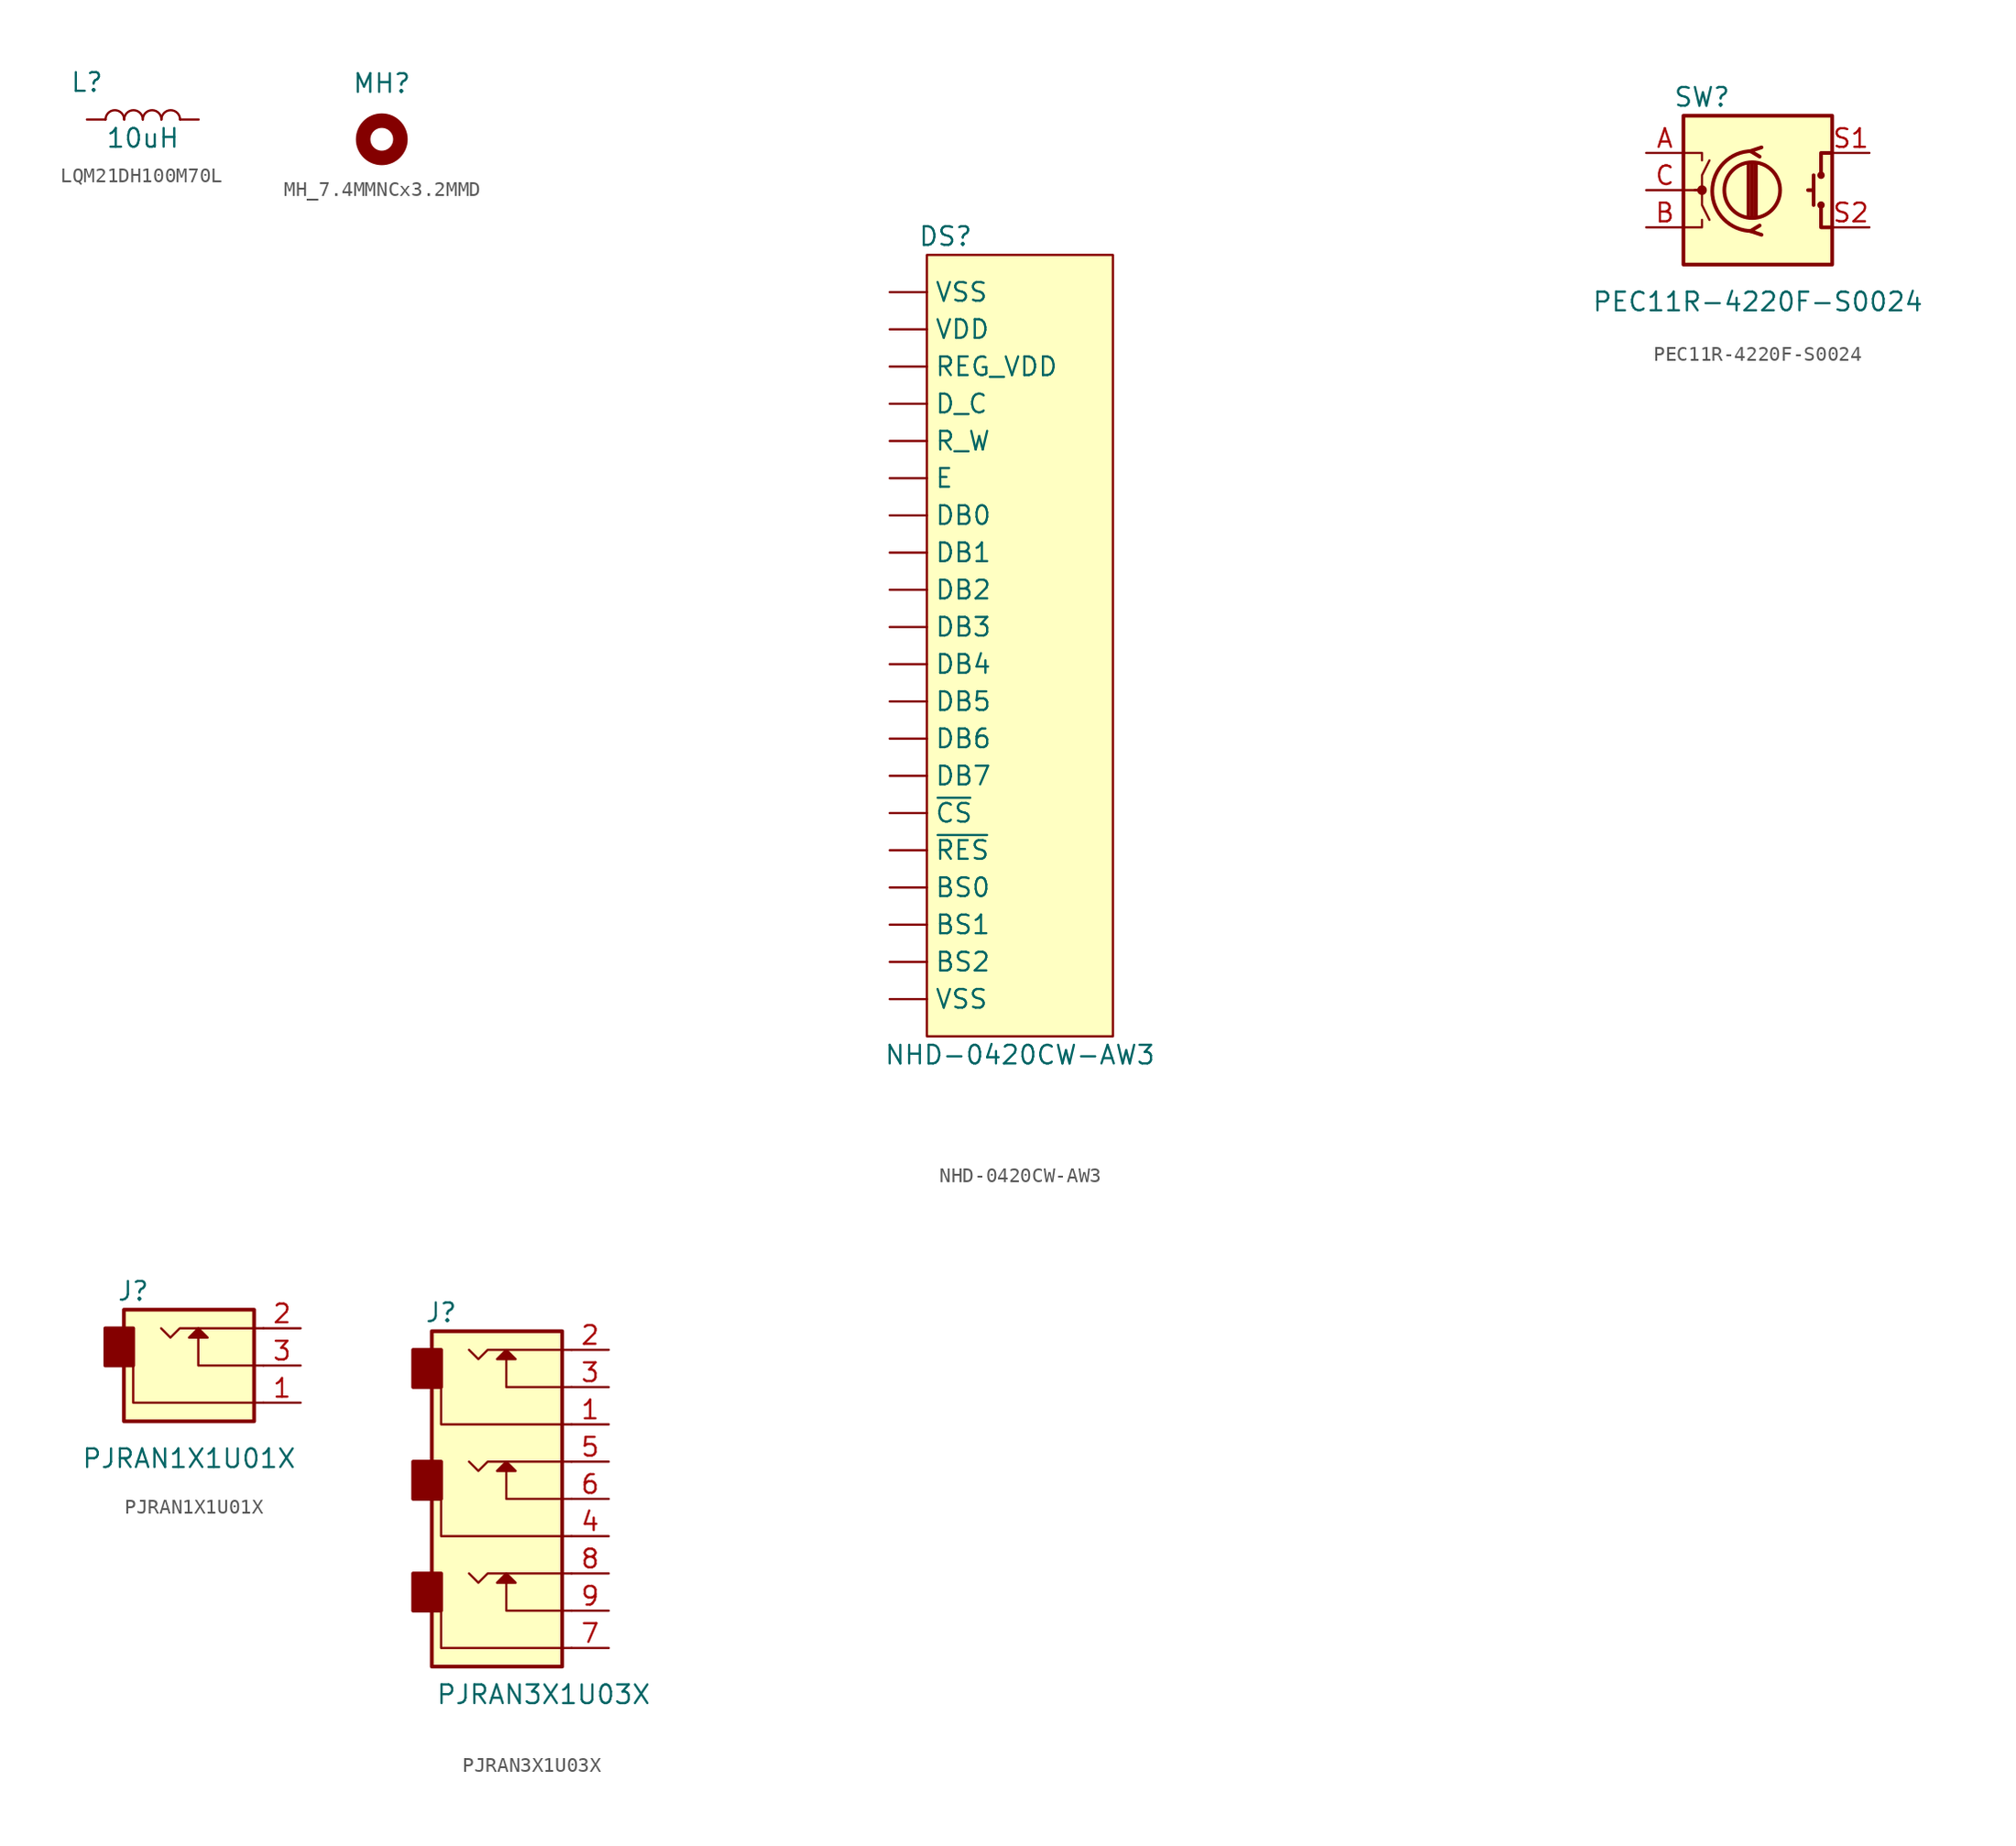
<source format=kicad_sym>
(kicad_symbol_lib
  (version 20220914)
  (generator kicad_symbol_editor)
  (symbol "LQM21DH100M70L"
    (pin_numbers hide)
    (pin_names hide)
    (property "Reference" "L"
      (at -3.81 2.54 0)
      (effects (font (size 1.27 1.27))))
    (property "Value" "10uH"
      (at 0 -1.27 0)
      (effects (font (size 1.27 1.27))))
    (symbol "LQM21DH100M70L_0_1"
      (arc (start -1.27 0) (mid -1.905 0.6323) (end -2.54 0) (stroke (width 0) (type default)) (fill (type none)))
      (arc (start 0 0) (mid -0.635 0.6323) (end -1.27 0) (stroke (width 0) (type default)) (fill (type none)))
      (arc (start 1.27 0) (mid 0.635 0.6323) (end 0 0) (stroke (width 0) (type default)) (fill (type none)))
      (arc (start 2.54 0) (mid 1.905 0.6323) (end 1.27 0) (stroke (width 0) (type default)) (fill (type none))))
    (symbol "LQM21DH100M70L_1_1"
      (pin passive line (at -3.81 0 0) (length 1.27) (name "1" (effects (font (size 1.27 1.27)))) (number "1" (effects (font (size 1.27 1.27)))))
      (pin passive line (at 3.81 0 180) (length 1.27) (name "2" (effects (font (size 1.27 1.27)))) (number "2" (effects (font (size 1.27 1.27)))))))
  (symbol "MH_7.4MMNCx3.2MMD"
    (pin_names
      (offset 1.016))
    (property "Reference" "MH"
      (at 0 3.81 0)
      (effects (font (size 1.27 1.27))))
    (symbol "MH_7.4MMNCx3.2MMD_0_1"
      (circle (center 0 0) (radius 1.27) (stroke (width 0.991) (type solid)) (fill (type none)))))
  (symbol "NHD-0420CW-AW3"
    (pin_numbers hide)
    (property "Reference" "DS"
      (at -5.08 27.94 0)
      (effects (font (size 1.27 1.27))))
    (property "Value" "NHD-0420CW-AW3"
      (at 0 -27.94 0)
      (effects (font (size 1.27 1.27))))
    (symbol "NHD-0420CW-AW3_1_1"
      (rectangle (start -6.35 26.67) (end 6.35 -26.67) (stroke (width 0) (type default)) (fill (type background)))
      (text private "Pins set up for I2C and parallel mode only.\nIn future, can create alternative pin definitions for SPI." (at 0 31.75 0) (effects (font (size 1.27 1.27))))
      (pin power_in line (at -8.89 24.13 0) (length 2.54) (name "VSS" (effects (font (size 1.27 1.27)))) (number "1" (effects (font (size 1.27 1.27)))))
      (pin bidirectional line (at -8.89 1.27 0) (length 2.54) (name "DB3" (effects (font (size 1.27 1.27)))) (number "10" (effects (font (size 1.27 1.27)))) (alternate "NC" input line))
      (pin bidirectional line (at -8.89 -1.27 0) (length 2.54) (name "DB4" (effects (font (size 1.27 1.27)))) (number "11" (effects (font (size 1.27 1.27)))) (alternate "NC" input line))
      (pin bidirectional line (at -8.89 -3.81 0) (length 2.54) (name "DB5" (effects (font (size 1.27 1.27)))) (number "12" (effects (font (size 1.27 1.27)))) (alternate "NC" input line))
      (pin bidirectional line (at -8.89 -6.35 0) (length 2.54) (name "DB6" (effects (font (size 1.27 1.27)))) (number "13" (effects (font (size 1.27 1.27)))) (alternate "NC" input line))
      (pin bidirectional line (at -8.89 -8.89 0) (length 2.54) (name "DB7" (effects (font (size 1.27 1.27)))) (number "14" (effects (font (size 1.27 1.27)))) (alternate "NC" input line))
      (pin input line (at -8.89 -11.43 0) (length 2.54) (name "~{CS}" (effects (font (size 1.27 1.27)))) (number "15" (effects (font (size 1.27 1.27)))) (alternate "NC" input line))
      (pin input line (at -8.89 -13.97 0) (length 2.54) (name "~{RES}" (effects (font (size 1.27 1.27)))) (number "16" (effects (font (size 1.27 1.27)))))
      (pin input line (at -8.89 -16.51 0) (length 2.54) (name "BS0" (effects (font (size 1.27 1.27)))) (number "17" (effects (font (size 1.27 1.27)))))
      (pin input line (at -8.89 -19.05 0) (length 2.54) (name "BS1" (effects (font (size 1.27 1.27)))) (number "18" (effects (font (size 1.27 1.27)))))
      (pin input line (at -8.89 -21.59 0) (length 2.54) (name "BS2" (effects (font (size 1.27 1.27)))) (number "19" (effects (font (size 1.27 1.27)))))
      (pin power_in line (at -8.89 21.59 0) (length 2.54) (name "VDD" (effects (font (size 1.27 1.27)))) (number "2" (effects (font (size 1.27 1.27)))))
      (pin power_in line (at -8.89 -24.13 0) (length 2.54) (name "VSS" (effects (font (size 1.27 1.27)))) (number "20" (effects (font (size 1.27 1.27)))))
      (pin power_in line (at -8.89 19.05 0) (length 2.54) (name "REG_VDD" (effects (font (size 1.27 1.27)))) (number "3" (effects (font (size 1.27 1.27)))))
      (pin input line (at -8.89 16.51 0) (length 2.54) (name "D_C" (effects (font (size 1.27 1.27)))) (number "4" (effects (font (size 1.27 1.27)))) (alternate "SA0" input line))
      (pin input line (at -8.89 13.97 0) (length 2.54) (name "R_W" (effects (font (size 1.27 1.27)))) (number "5" (effects (font (size 1.27 1.27)))) (alternate "NC" input line))
      (pin input line (at -8.89 11.43 0) (length 2.54) (name "E" (effects (font (size 1.27 1.27)))) (number "6" (effects (font (size 1.27 1.27)))) (alternate "NC" input line))
      (pin bidirectional line (at -8.89 8.89 0) (length 2.54) (name "DB0" (effects (font (size 1.27 1.27)))) (number "7" (effects (font (size 1.27 1.27)))) (alternate "SCL" input line))
      (pin bidirectional line (at -8.89 6.35 0) (length 2.54) (name "DB1" (effects (font (size 1.27 1.27)))) (number "8" (effects (font (size 1.27 1.27)))) (alternate "SDA_IN" input line))
      (pin bidirectional line (at -8.89 3.81 0) (length 2.54) (name "DB2" (effects (font (size 1.27 1.27)))) (number "9" (effects (font (size 1.27 1.27)))) (alternate "SDA_OUT" output line))))
  (symbol "PEC11R-4220F-S0024"
    (pin_names hide)
    (property "Reference" "SW"
      (at -3.81 6.35 0)
      (effects (font (size 1.27 1.27))))
    (property "Value" "PEC11R-4220F-S0024"
      (at 0 -7.62 0)
      (effects (font (size 1.27 1.27))))
    (symbol "PEC11R-4220F-S0024_0_1"
      (rectangle (start -5.08 5.08) (end 5.08 -5.08) (stroke (width 0.254) (type default)) (fill (type background)))
      (circle (center -3.81 0) (radius 0.254) (stroke (width 0) (type default)) (fill (type outline)))
      (circle (center -0.381 0) (radius 1.905) (stroke (width 0.254) (type default)) (fill (type none)))
      (arc (start -0.381 2.667) (mid -3.0988 -0.0635) (end -0.381 -2.794) (stroke (width 0.254) (type default)) (fill (type none)))
      (polyline (pts (xy -0.635 -1.778) (xy -0.635 1.778)) (stroke (width 0.254) (type default)) (fill (type none)))
      (polyline (pts (xy -0.381 -1.778) (xy -0.381 1.778)) (stroke (width 0.254) (type default)) (fill (type none)))
      (polyline (pts (xy -0.127 1.778) (xy -0.127 -1.778)) (stroke (width 0.254) (type default)) (fill (type none)))
      (polyline (pts (xy 3.81 0) (xy 3.429 0)) (stroke (width 0.254) (type default)) (fill (type none)))
      (polyline (pts (xy 3.81 1.016) (xy 3.81 -1.016)) (stroke (width 0.254) (type default)) (fill (type none)))
      (polyline (pts (xy -5.08 -2.54) (xy -3.81 -2.54) (xy -3.81 -2.032)) (stroke (width 0) (type default)) (fill (type none)))
      (polyline (pts (xy -5.08 2.54) (xy -3.81 2.54) (xy -3.81 2.032)) (stroke (width 0) (type default)) (fill (type none)))
      (polyline (pts (xy 0.254 -3.048) (xy -0.508 -2.794) (xy 0.127 -2.413)) (stroke (width 0.254) (type default)) (fill (type none)))
      (polyline (pts (xy 0.254 2.921) (xy -0.508 2.667) (xy 0.127 2.286)) (stroke (width 0.254) (type default)) (fill (type none)))
      (polyline (pts (xy 5.08 -2.54) (xy 4.318 -2.54) (xy 4.318 -1.016)) (stroke (width 0.254) (type default)) (fill (type none)))
      (polyline (pts (xy 5.08 2.54) (xy 4.318 2.54) (xy 4.318 1.016)) (stroke (width 0.254) (type default)) (fill (type none)))
      (polyline (pts (xy -5.08 0) (xy -3.81 0) (xy -3.81 -1.016) (xy -3.302 -2.032)) (stroke (width 0) (type default)) (fill (type none)))
      (polyline (pts (xy -4.318 0) (xy -3.81 0) (xy -3.81 1.016) (xy -3.302 2.032)) (stroke (width 0) (type default)) (fill (type none)))
      (circle (center 4.318 -1.016) (radius 0.127) (stroke (width 0.254) (type default)) (fill (type none)))
      (circle (center 4.318 1.016) (radius 0.127) (stroke (width 0.254) (type default)) (fill (type none))))
    (symbol "PEC11R-4220F-S0024_1_1"
      (pin passive line (at -7.62 2.54 0) (length 2.54) (name "A" (effects (font (size 1.27 1.27)))) (number "A" (effects (font (size 1.27 1.27)))))
      (pin passive line (at -7.62 -2.54 0) (length 2.54) (name "B" (effects (font (size 1.27 1.27)))) (number "B" (effects (font (size 1.27 1.27)))))
      (pin passive line (at -7.62 0 0) (length 2.54) (name "C" (effects (font (size 1.27 1.27)))) (number "C" (effects (font (size 1.27 1.27)))))
      (pin passive line (at 7.62 2.54 180) (length 2.54) (name "S1" (effects (font (size 1.27 1.27)))) (number "S1" (effects (font (size 1.27 1.27)))))
      (pin passive line (at 7.62 -2.54 180) (length 2.54) (name "S2" (effects (font (size 1.27 1.27)))) (number "S2" (effects (font (size 1.27 1.27)))))))
  (symbol "PJRAN1X1U01X"
    (property "Reference" "J"
      (at -3.81 5.08 0)
      (effects (font (size 1.27 1.27))))
    (property "Value" "PJRAN1X1U01X"
      (at 0 -6.35 0)
      (effects (font (size 1.27 1.27))))
    (symbol "PJRAN1X1U01X_0_1"
      (rectangle (start -5.715 2.54) (end -3.81 0) (stroke (width 0.254) (type default)) (fill (type outline)))
      (rectangle (start -4.445 3.81) (end 4.445 -3.81) (stroke (width 0.254) (type default)) (fill (type background)))
      (polyline (pts (xy -1.905 2.54) (xy -1.27 1.905) (xy -0.635 2.54) (xy 5.08 2.54)) (stroke (width 0) (type default)) (fill (type none))))
    (symbol "PJRAN1X1U01X_1_1"
      (polyline (pts (xy -3.81 0) (xy -3.81 -2.54) (xy 5.08 -2.54)) (stroke (width 0) (type default)) (fill (type none)))
      (polyline (pts (xy 0.635 1.905) (xy 0.635 0) (xy 5.08 0)) (stroke (width 0) (type default)) (fill (type none)))
      (polyline (pts (xy 0.635 2.54) (xy 0 1.905) (xy 1.27 1.905) (xy 0.635 2.54)) (stroke (width 0) (type default)) (fill (type outline)))
      (pin passive line (at 7.62 -2.54 180) (length 2.54) (name "~" (effects (font (size 1.27 1.27)))) (number "1" (effects (font (size 1.27 1.27)))))
      (pin passive line (at 7.62 2.54 180) (length 2.54) (name "~" (effects (font (size 1.27 1.27)))) (number "2" (effects (font (size 1.27 1.27)))))
      (pin passive line (at 7.62 0 180) (length 2.54) (name "~" (effects (font (size 1.27 1.27)))) (number "3" (effects (font (size 1.27 1.27)))))))
  (symbol "PJRAN3X1U03X"
    (property "Reference" "J"
      (at -3.81 12.7 0)
      (effects (font (size 1.27 1.27))))
    (property "Value" "PJRAN3X1U03X"
      (at 3.175 -13.335 0)
      (effects (font (size 1.27 1.27))))
    (symbol "PJRAN3X1U03X_0_1"
      (rectangle (start -5.715 -5.08) (end -3.81 -7.62) (stroke (width 0.254) (type default)) (fill (type outline)))
      (rectangle (start -5.715 2.54) (end -3.81 0) (stroke (width 0.254) (type default)) (fill (type outline)))
      (rectangle (start -5.715 10.16) (end -3.81 7.62) (stroke (width 0.254) (type default)) (fill (type outline)))
      (rectangle (start -4.445 11.43) (end 4.445 -11.43) (stroke (width 0.254) (type default)) (fill (type background)))
      (polyline (pts (xy -1.905 -5.08) (xy -1.27 -5.715) (xy -0.635 -5.08) (xy 5.08 -5.08)) (stroke (width 0) (type default)) (fill (type none)))
      (polyline (pts (xy -1.905 2.54) (xy -1.27 1.905) (xy -0.635 2.54) (xy 5.08 2.54)) (stroke (width 0) (type default)) (fill (type none)))
      (polyline (pts (xy -1.905 10.16) (xy -1.27 9.525) (xy -0.635 10.16) (xy 5.08 10.16)) (stroke (width 0) (type default)) (fill (type none))))
    (symbol "PJRAN3X1U03X_1_1"
      (polyline (pts (xy -3.81 -7.62) (xy -3.81 -10.16) (xy 5.08 -10.16)) (stroke (width 0) (type default)) (fill (type none)))
      (polyline (pts (xy -3.81 0) (xy -3.81 -2.54) (xy 5.08 -2.54)) (stroke (width 0) (type default)) (fill (type none)))
      (polyline (pts (xy -3.81 7.62) (xy -3.81 5.08) (xy 5.08 5.08)) (stroke (width 0) (type default)) (fill (type none)))
      (polyline (pts (xy 0.635 -5.715) (xy 0.635 -7.62) (xy 5.08 -7.62)) (stroke (width 0) (type default)) (fill (type none)))
      (polyline (pts (xy 0.635 1.905) (xy 0.635 0) (xy 5.08 0)) (stroke (width 0) (type default)) (fill (type none)))
      (polyline (pts (xy 0.635 9.525) (xy 0.635 7.62) (xy 5.08 7.62)) (stroke (width 0) (type default)) (fill (type none)))
      (polyline (pts (xy 0.635 -5.08) (xy 0 -5.715) (xy 1.27 -5.715) (xy 0.635 -5.08)) (stroke (width 0) (type default)) (fill (type outline)))
      (polyline (pts (xy 0.635 2.54) (xy 0 1.905) (xy 1.27 1.905) (xy 0.635 2.54)) (stroke (width 0) (type default)) (fill (type outline)))
      (polyline (pts (xy 0.635 10.16) (xy 0 9.525) (xy 1.27 9.525) (xy 0.635 10.16)) (stroke (width 0) (type default)) (fill (type outline)))
      (pin passive line (at 7.62 5.08 180) (length 2.54) (name "~" (effects (font (size 1.27 1.27)))) (number "1" (effects (font (size 1.27 1.27)))))
      (pin passive line (at 7.62 10.16 180) (length 2.54) (name "~" (effects (font (size 1.27 1.27)))) (number "2" (effects (font (size 1.27 1.27)))))
      (pin passive line (at 7.62 7.62 180) (length 2.54) (name "~" (effects (font (size 1.27 1.27)))) (number "3" (effects (font (size 1.27 1.27)))))
      (pin passive line (at 7.62 -2.54 180) (length 2.54) (name "~" (effects (font (size 1.27 1.27)))) (number "4" (effects (font (size 1.27 1.27)))))
      (pin passive line (at 7.62 2.54 180) (length 2.54) (name "~" (effects (font (size 1.27 1.27)))) (number "5" (effects (font (size 1.27 1.27)))))
      (pin passive line (at 7.62 0 180) (length 2.54) (name "~" (effects (font (size 1.27 1.27)))) (number "6" (effects (font (size 1.27 1.27)))))
      (pin passive line (at 7.62 -10.16 180) (length 2.54) (name "~" (effects (font (size 1.27 1.27)))) (number "7" (effects (font (size 1.27 1.27)))))
      (pin passive line (at 7.62 -5.08 180) (length 2.54) (name "~" (effects (font (size 1.27 1.27)))) (number "8" (effects (font (size 1.27 1.27)))))
      (pin passive line (at 7.62 -7.62 180) (length 2.54) (name "~" (effects (font (size 1.27 1.27)))) (number "9" (effects (font (size 1.27 1.27))))))))
</source>
